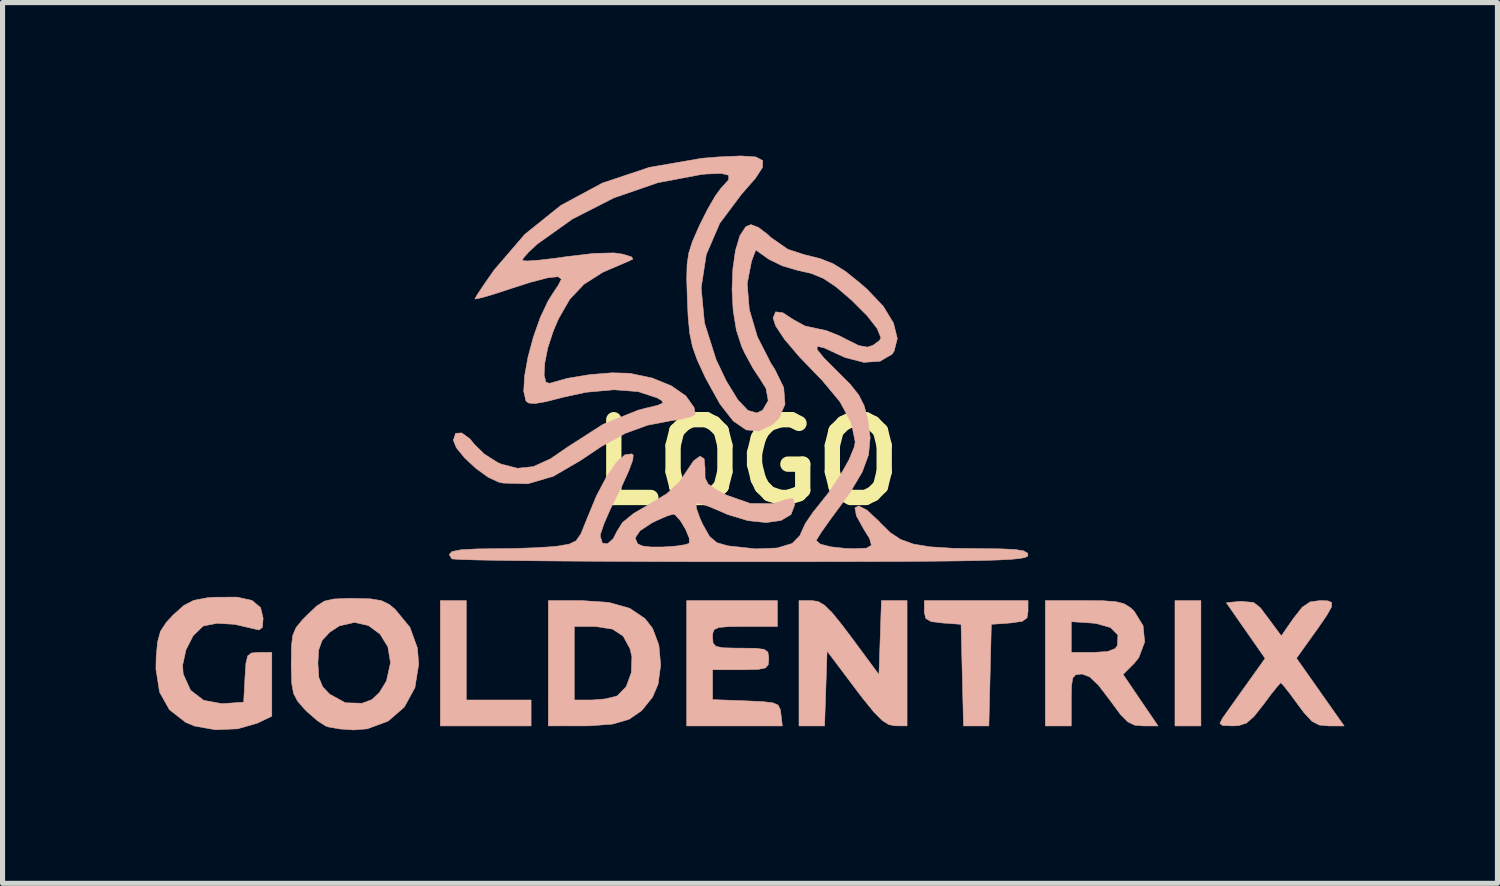
<source format=kicad_pcb>
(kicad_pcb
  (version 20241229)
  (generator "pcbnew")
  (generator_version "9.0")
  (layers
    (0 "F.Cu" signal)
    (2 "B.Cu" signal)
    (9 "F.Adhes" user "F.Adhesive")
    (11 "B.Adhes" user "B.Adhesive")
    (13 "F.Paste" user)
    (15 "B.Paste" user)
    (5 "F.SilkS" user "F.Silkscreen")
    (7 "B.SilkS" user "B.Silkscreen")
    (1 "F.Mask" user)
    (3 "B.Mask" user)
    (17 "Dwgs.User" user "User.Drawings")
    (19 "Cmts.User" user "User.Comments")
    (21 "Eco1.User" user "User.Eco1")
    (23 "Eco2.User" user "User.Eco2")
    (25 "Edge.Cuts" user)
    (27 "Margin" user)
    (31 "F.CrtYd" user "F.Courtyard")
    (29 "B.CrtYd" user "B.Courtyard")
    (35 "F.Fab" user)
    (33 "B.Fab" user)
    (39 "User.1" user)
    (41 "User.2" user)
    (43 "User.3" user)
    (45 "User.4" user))
  (footprint "LOGO"
    (layer "F.Cu")
    (at 11.588 6.007)
    (property "Reference" "LOGO" (at 0 0 0) (layer "F.SilkS") (effects (font (size 1.524 1.524) (thickness 0.3))))
    (attr through_hole)
    (fp_poly (pts (xy 8.89 5.165) (xy 8.382 5.165) (xy 8.382 2.709) (xy 8.89 2.709) (xy 8.89 5.165)) (stroke (width 0.01) (type solid)) (fill yes) (layer "B.SilkS"))
    (fp_poly (pts (xy -5.503 4.657) (xy -4.233 4.657) (xy -4.233 5.165) (xy -6.011 5.165) (xy -6.011 2.709) (xy -5.503 2.709) (xy -5.503 4.657)) (stroke (width 0.01) (type solid)) (fill yes) (layer "B.SilkS"))
    (fp_poly (pts (xy 5.503 2.916) (xy 5.483 3.049) (xy 5.391 3.115) (xy 5.181 3.146) (xy 5.144 3.149) (xy 4.784 3.175) (xy 4.76 4.17) (xy 4.736 5.165) (xy 4.239 5.165) (xy 4.215 4.17) (xy 4.191 3.175) (xy 3.831 3.149) (xy 3.603 3.121) (xy 3.499 3.06) (xy 3.472 2.938) (xy 3.471 2.916) (xy 3.471 2.709) (xy 5.503 2.709) (xy 5.503 2.916)) (stroke (width 0.01) (type solid)) (fill yes) (layer "B.SilkS"))
    (fp_poly (pts (xy 1.388 2.727) (xy 1.512 2.798) (xy 1.662 2.944) (xy 1.861 3.19) (xy 2.046 3.435) (xy 2.582 4.16) (xy 2.607 3.435) (xy 2.631 2.709) (xy 3.133 2.709) (xy 3.133 5.165) (xy 2.9 5.163) (xy 2.776 5.14) (xy 2.645 5.057) (xy 2.482 4.892) (xy 2.262 4.621) (xy 2.117 4.43) (xy 1.566 3.698) (xy 1.517 5.165) (xy 1.016 5.165) (xy 1.016 2.709) (xy 1.262 2.709) (xy 1.388 2.727)) (stroke (width 0.01) (type solid)) (fill yes) (layer "B.SilkS"))
    (fp_poly (pts (xy -2.709 2.746) (xy -2.3 2.861) (xy -2.002 3.062) (xy -1.853 3.253) (xy -1.73 3.581) (xy -1.694 3.971) (xy -1.745 4.349) (xy -1.854 4.602) (xy -2.066 4.865) (xy -2.313 5.035) (xy -2.635 5.129) (xy -3.073 5.163) (xy -3.196 5.164) (xy -3.895 5.165) (xy -3.895 3.217) (xy -3.387 3.217) (xy -3.387 4.657) (xy -3.042 4.657) (xy -2.781 4.636) (xy -2.571 4.586) (xy -2.541 4.573) (xy -2.369 4.395) (xy -2.269 4.12) (xy -2.258 3.811) (xy -2.294 3.655) (xy -2.428 3.407) (xy -2.637 3.269) (xy -2.96 3.219) (xy -3.042 3.217) (xy -3.387 3.217) (xy -3.895 3.217) (xy -3.895 2.709) (xy -3.251 2.709) (xy -2.709 2.746)) (stroke (width 0.01) (type solid)) (fill yes) (layer "B.SilkS"))
    (fp_poly (pts (xy 0.593 3.217) (xy -0.042 3.217) (xy -0.365 3.22) (xy -0.555 3.236) (xy -0.646 3.277) (xy -0.675 3.355) (xy -0.677 3.429) (xy -0.668 3.543) (xy -0.613 3.606) (xy -0.476 3.634) (xy -0.217 3.641) (xy -0.127 3.641) (xy 0.169 3.644) (xy 0.334 3.665) (xy 0.406 3.718) (xy 0.423 3.818) (xy 0.423 3.852) (xy 0.414 3.966) (xy 0.359 4.029) (xy 0.222 4.057) (xy -0.037 4.064) (xy -0.127 4.064) (xy -0.677 4.064) (xy -0.677 4.65) (xy -0.021 4.674) (xy 0.309 4.689) (xy 0.506 4.713) (xy 0.607 4.758) (xy 0.648 4.84) (xy 0.662 4.932) (xy 0.689 5.165) (xy -1.185 5.165) (xy -1.185 2.709) (xy 0.593 2.709) (xy 0.593 3.217)) (stroke (width 0.01) (type solid)) (fill yes) (layer "B.SilkS"))
    (fp_poly (pts (xy 6.98 2.713) (xy 7.224 2.731) (xy 7.385 2.772) (xy 7.504 2.845) (xy 7.582 2.917) (xy 7.757 3.201) (xy 7.788 3.521) (xy 7.673 3.827) (xy 7.577 3.945) (xy 7.365 4.157) (xy 7.707 4.661) (xy 8.05 5.165) (xy 7.756 5.165) (xy 7.591 5.15) (xy 7.458 5.086) (xy 7.316 4.943) (xy 7.128 4.689) (xy 7.105 4.657) (xy 6.883 4.366) (xy 6.711 4.204) (xy 6.564 4.149) (xy 6.549 4.149) (xy 6.439 4.161) (xy 6.379 4.225) (xy 6.355 4.38) (xy 6.35 4.657) (xy 6.35 5.165) (xy 5.842 5.165) (xy 5.842 3.725) (xy 6.35 3.725) (xy 6.776 3.725) (xy 7.059 3.708) (xy 7.21 3.65) (xy 7.255 3.587) (xy 7.264 3.384) (xy 7.12 3.238) (xy 6.835 3.158) (xy 6.743 3.149) (xy 6.35 3.123) (xy 6.35 3.725) (xy 5.842 3.725) (xy 5.842 2.709) (xy 6.608 2.709) (xy 6.98 2.713)) (stroke (width 0.01) (type solid)) (fill yes) (layer "B.SilkS"))
    (fp_poly (pts (xy 11.38 2.715) (xy 11.453 2.748) (xy 11.448 2.834) (xy 11.358 2.996) (xy 11.177 3.259) (xy 11.06 3.422) (xy 10.762 3.839) (xy 11.229 4.502) (xy 11.696 5.165) (xy 11.393 5.165) (xy 11.21 5.148) (xy 11.066 5.074) (xy 10.913 4.91) (xy 10.787 4.741) (xy 10.624 4.52) (xy 10.503 4.367) (xy 10.456 4.318) (xy 10.396 4.381) (xy 10.266 4.543) (xy 10.118 4.741) (xy 9.929 4.981) (xy 9.782 5.109) (xy 9.628 5.159) (xy 9.507 5.165) (xy 9.315 5.157) (xy 9.261 5.115) (xy 9.315 5.012) (xy 9.324 4.999) (xy 9.431 4.848) (xy 9.6 4.61) (xy 9.794 4.338) (xy 10.148 3.842) (xy 9.388 2.752) (xy 9.664 2.724) (xy 9.921 2.746) (xy 10.056 2.851) (xy 10.197 3.04) (xy 10.319 3.204) (xy 10.465 3.402) (xy 10.705 3.056) (xy 10.876 2.839) (xy 11.029 2.736) (xy 11.223 2.709) (xy 11.233 2.709) (xy 11.38 2.715)) (stroke (width 0.01) (type solid)) (fill yes) (layer "B.SilkS"))
    (fp_poly (pts (xy -9.699 2.707) (xy -9.532 2.848) (xy -9.483 3.056) (xy -9.497 3.235) (xy -9.563 3.285) (xy -9.673 3.26) (xy -10.041 3.175) (xy -10.384 3.155) (xy -10.641 3.204) (xy -10.666 3.216) (xy -10.853 3.396) (xy -10.994 3.672) (xy -11.06 3.974) (xy -11.049 4.147) (xy -10.905 4.466) (xy -10.648 4.664) (xy -10.296 4.728) (xy -10.234 4.726) (xy -9.864 4.699) (xy -9.838 4.212) (xy -9.82 3.938) (xy -9.785 3.793) (xy -9.711 3.736) (xy -9.575 3.725) (xy -9.563 3.725) (xy -9.313 3.725) (xy -9.313 4.976) (xy -9.601 5.113) (xy -9.982 5.222) (xy -10.417 5.24) (xy -10.825 5.168) (xy -11.001 5.095) (xy -11.319 4.847) (xy -11.511 4.504) (xy -11.583 4.053) (xy -11.579 3.828) (xy -11.551 3.519) (xy -11.494 3.311) (xy -11.381 3.138) (xy -11.24 2.987) (xy -11.034 2.803) (xy -10.841 2.704) (xy -10.586 2.656) (xy -10.439 2.644) (xy -9.997 2.641) (xy -9.699 2.707)) (stroke (width 0.01) (type solid)) (fill yes) (layer "B.SilkS"))
    (fp_poly (pts (xy -7.381 2.675) (xy -7.167 2.71) (xy -7.012 2.785) (xy -6.899 2.879) (xy -6.606 3.234) (xy -6.461 3.636) (xy -6.435 3.954) (xy -6.509 4.415) (xy -6.716 4.795) (xy -7.034 5.071) (xy -7.442 5.222) (xy -7.705 5.244) (xy -7.979 5.225) (xy -8.205 5.185) (xy -8.255 5.168) (xy -8.419 5.063) (xy -8.621 4.887) (xy -8.678 4.829) (xy -8.81 4.676) (xy -8.887 4.529) (xy -8.922 4.334) (xy -8.932 4.039) (xy -8.932 3.937) (xy -8.41 3.937) (xy -8.392 4.214) (xy -8.318 4.397) (xy -8.18 4.543) (xy -7.871 4.712) (xy -7.542 4.721) (xy -7.353 4.65) (xy -7.205 4.511) (xy -7.073 4.296) (xy -7.064 4.274) (xy -6.987 3.926) (xy -7.039 3.616) (xy -7.193 3.365) (xy -7.421 3.198) (xy -7.696 3.137) (xy -7.991 3.206) (xy -8.18 3.331) (xy -8.328 3.491) (xy -8.395 3.679) (xy -8.41 3.937) (xy -8.932 3.937) (xy -8.932 3.933) (xy -8.928 3.606) (xy -8.903 3.394) (xy -8.839 3.241) (xy -8.717 3.092) (xy -8.613 2.986) (xy -8.435 2.817) (xy -8.284 2.721) (xy -8.103 2.679) (xy -7.831 2.667) (xy -7.71 2.667) (xy -7.381 2.675)) (stroke (width 0.01) (type solid)) (fill yes) (layer "B.SilkS"))
    (fp_poly (pts (xy 0.166 -5.983) (xy 0.305 -5.912) (xy 0.301 -5.777) (xy 0.163 -5.565) (xy -0.102 -5.262) (xy -0.11 -5.253) (xy -0.537 -4.682) (xy -0.801 -4.069) (xy -0.901 -3.418) (xy -0.836 -2.73) (xy -0.607 -2.008) (xy -0.408 -1.592) (xy -0.183 -1.224) (xy 0.014 -1.017) (xy 0.189 -0.966) (xy 0.302 -1.02) (xy 0.413 -1.208) (xy 0.369 -1.448) (xy 0.251 -1.636) (xy 0.113 -1.845) (xy -0.04 -2.126) (xy -0.105 -2.261) (xy -0.211 -2.588) (xy -0.274 -2.974) (xy -0.296 -3.386) (xy -0.28 -3.79) (xy -0.228 -4.152) (xy -0.142 -4.439) (xy -0.026 -4.616) (xy 0.075 -4.657) (xy 0.225 -4.599) (xy 0.413 -4.455) (xy 0.461 -4.407) (xy 0.799 -4.172) (xy 1.119 -4.068) (xy 1.433 -3.99) (xy 1.683 -3.891) (xy 1.924 -3.742) (xy 2.208 -3.514) (xy 2.344 -3.396) (xy 2.666 -3.058) (xy 2.868 -2.726) (xy 2.942 -2.423) (xy 2.878 -2.173) (xy 2.835 -2.115) (xy 2.603 -1.979) (xy 2.285 -1.958) (xy 1.918 -2.053) (xy 1.778 -2.117) (xy 1.508 -2.242) (xy 1.372 -2.274) (xy 1.371 -2.208) (xy 1.504 -2.044) (xy 1.751 -1.797) (xy 2.02 -1.528) (xy 2.189 -1.315) (xy 2.292 -1.109) (xy 2.36 -0.859) (xy 2.361 -0.857) (xy 2.41 -0.486) (xy 2.379 -0.149) (xy 2.253 0.194) (xy 2.021 0.583) (xy 1.818 0.865) (xy 1.614 1.142) (xy 1.455 1.367) (xy 1.366 1.508) (xy 1.355 1.535) (xy 1.433 1.603) (xy 1.639 1.656) (xy 1.933 1.688) (xy 2.095 1.692) (xy 2.339 1.682) (xy 2.435 1.626) (xy 2.399 1.494) (xy 2.286 1.312) (xy 2.14 1.048) (xy 2.112 0.893) (xy 2.186 0.854) (xy 2.345 0.936) (xy 2.573 1.147) (xy 2.613 1.191) (xy 2.802 1.377) (xy 3.006 1.511) (xy 3.255 1.602) (xy 3.582 1.656) (xy 4.017 1.684) (xy 4.551 1.691) (xy 4.973 1.696) (xy 5.253 1.709) (xy 5.417 1.736) (xy 5.491 1.778) (xy 5.503 1.82) (xy 5.488 1.846) (xy 5.434 1.868) (xy 5.329 1.886) (xy 5.163 1.902) (xy 4.924 1.914) (xy 4.599 1.924) (xy 4.178 1.932) (xy 3.648 1.938) (xy 2.999 1.943) (xy 2.219 1.945) (xy 1.295 1.947) (xy 0.217 1.947) (xy -0.113 1.947) (xy -1.073 1.947) (xy -1.983 1.944) (xy -2.828 1.94) (xy -3.596 1.935) (xy -4.271 1.929) (xy -4.839 1.922) (xy -5.287 1.914) (xy -5.6 1.905) (xy -5.764 1.895) (xy -5.786 1.891) (xy -5.837 1.807) (xy -5.784 1.749) (xy -5.608 1.714) (xy -5.293 1.697) (xy -4.965 1.693) (xy -4.547 1.688) (xy -4.147 1.674) (xy -3.825 1.654) (xy -3.702 1.641) (xy -3.485 1.603) (xy -3.352 1.538) (xy -3.258 1.404) (xy -3.158 1.157) (xy -3.14 1.111) (xy -2.952 0.658) (xy -2.756 0.285) (xy -2.566 0.01) (xy -2.397 -0.146) (xy -2.261 -0.165) (xy -2.232 -0.143) (xy -2.241 -0.046) (xy -2.317 0.163) (xy -2.446 0.447) (xy -2.524 0.601) (xy -2.683 0.924) (xy -2.805 1.204) (xy -2.871 1.4) (xy -2.879 1.446) (xy -2.836 1.584) (xy -2.735 1.596) (xy -2.621 1.494) (xy -2.616 1.484) (xy -2.195 1.484) (xy -2.145 1.597) (xy -2.053 1.639) (xy -1.883 1.66) (xy -1.64 1.659) (xy -1.389 1.641) (xy -1.196 1.611) (xy -1.133 1.584) (xy -1.135 1.484) (xy -1.205 1.315) (xy -1.309 1.142) (xy -1.411 1.03) (xy -1.445 1.016) (xy -1.568 1.052) (xy -1.775 1.142) (xy -1.866 1.187) (xy -2.099 1.341) (xy -2.195 1.484) (xy -2.616 1.484) (xy -2.556 1.363) (xy -2.445 1.183) (xy -2.227 1.004) (xy -1.935 0.834) (xy -1.576 0.616) (xy -1.337 0.397) (xy -1.211 0.212) (xy -1.051 -0.026) (xy -0.923 -0.12) (xy -0.843 -0.069) (xy -0.824 0.13) (xy -0.826 0.147) (xy -0.824 0.309) (xy -0.765 0.424) (xy -0.614 0.534) (xy -0.411 0.641) (xy 0.064 0.808) (xy 0.511 0.809) (xy 0.783 0.724) (xy 0.899 0.709) (xy 0.931 0.83) (xy 0.931 0.835) (xy 0.859 1.024) (xy 0.663 1.14) (xy 0.371 1.181) (xy 0.014 1.143) (xy -0.378 1.024) (xy -0.499 0.971) (xy -0.749 0.865) (xy -0.933 0.806) (xy -1.002 0.804) (xy -0.995 0.9) (xy -0.926 1.093) (xy -0.87 1.217) (xy -0.737 1.452) (xy -0.596 1.574) (xy -0.388 1.634) (xy -0.367 1.638) (xy 0.167 1.696) (xy 0.588 1.679) (xy 0.883 1.59) (xy 1.039 1.43) (xy 1.052 1.391) (xy 1.14 1.199) (xy 1.296 0.971) (xy 1.345 0.912) (xy 1.595 0.597) (xy 1.821 0.262) (xy 1.997 -0.052) (xy 2.1 -0.303) (xy 2.117 -0.4) (xy 2.04 -0.775) (xy 1.818 -1.187) (xy 1.465 -1.611) (xy 1.415 -1.661) (xy 1.024 -2.066) (xy 0.735 -2.406) (xy 0.56 -2.669) (xy 0.508 -2.827) (xy 0.557 -2.947) (xy 0.699 -2.93) (xy 0.908 -2.794) (xy 1.132 -2.671) (xy 1.345 -2.624) (xy 1.55 -2.581) (xy 1.814 -2.475) (xy 1.933 -2.413) (xy 2.186 -2.287) (xy 2.358 -2.257) (xy 2.462 -2.29) (xy 2.591 -2.384) (xy 2.622 -2.437) (xy 2.548 -2.619) (xy 2.352 -2.871) (xy 2.054 -3.169) (xy 2.032 -3.189) (xy 1.734 -3.443) (xy 1.494 -3.603) (xy 1.253 -3.701) (xy 0.977 -3.764) (xy 0.689 -3.849) (xy 0.43 -3.975) (xy 0.405 -3.992) (xy 0.169 -4.16) (xy 0.085 -3.937) (xy 0.001 -3.499) (xy 0.042 -2.994) (xy 0.2 -2.46) (xy 0.467 -1.936) (xy 0.54 -1.824) (xy 0.716 -1.465) (xy 0.742 -1.136) (xy 0.62 -0.858) (xy 0.494 -0.738) (xy 0.234 -0.613) (xy -0.019 -0.635) (xy -0.273 -0.81) (xy -0.533 -1.143) (xy -0.808 -1.639) (xy -0.834 -1.693) (xy -0.979 -2.008) (xy -1.071 -2.267) (xy -1.126 -2.53) (xy -1.157 -2.857) (xy -1.172 -3.19) (xy -1.184 -3.59) (xy -1.177 -3.875) (xy -1.144 -4.099) (xy -1.075 -4.317) (xy -0.96 -4.581) (xy -0.93 -4.648) (xy -0.776 -4.955) (xy -0.626 -5.215) (xy -0.508 -5.376) (xy -0.497 -5.386) (xy -0.362 -5.535) (xy -0.361 -5.624) (xy -0.504 -5.659) (xy -0.8 -5.648) (xy -0.894 -5.639) (xy -1.753 -5.477) (xy -2.614 -5.179) (xy -3.423 -4.766) (xy -4.106 -4.28) (xy -4.288 -4.113) (xy -4.392 -3.99) (xy -4.402 -3.951) (xy -4.305 -3.944) (xy -4.079 -3.96) (xy -3.762 -3.997) (xy -3.532 -4.03) (xy -2.995 -4.093) (xy -2.608 -4.102) (xy -2.432 -4.077) (xy -2.261 -4.022) (xy -2.239 -3.98) (xy -2.328 -3.938) (xy -2.828 -3.723) (xy -3.198 -3.487) (xy -3.474 -3.196) (xy -3.695 -2.813) (xy -3.803 -2.558) (xy -3.906 -2.241) (xy -3.965 -1.947) (xy -3.978 -1.71) (xy -3.942 -1.568) (xy -3.871 -1.547) (xy -3.521 -1.645) (xy -3.086 -1.717) (xy -2.648 -1.753) (xy -2.305 -1.744) (xy -1.863 -1.652) (xy -1.485 -1.498) (xy -1.201 -1.3) (xy -1.041 -1.076) (xy -1.016 -0.949) (xy -1.092 -0.897) (xy -1.29 -0.845) (xy -1.496 -0.814) (xy -1.953 -0.726) (xy -2.392 -0.565) (xy -2.859 -0.308) (xy -3.266 -0.035) (xy -3.796 0.274) (xy -4.297 0.421) (xy -4.779 0.408) (xy -4.866 0.389) (xy -5.074 0.293) (xy -5.311 0.121) (xy -5.534 -0.085) (xy -5.697 -0.285) (xy -5.757 -0.433) (xy -5.711 -0.568) (xy -5.592 -0.575) (xy -5.434 -0.461) (xy -5.341 -0.348) (xy -5.148 -0.16) (xy -4.887 0.005) (xy -4.817 0.036) (xy -4.5 0.117) (xy -4.19 0.085) (xy -3.852 -0.068) (xy -3.515 -0.3) (xy -2.825 -0.743) (xy -2.136 -1.021) (xy -1.99 -1.059) (xy -1.747 -1.118) (xy -1.649 -1.162) (xy -1.673 -1.209) (xy -1.768 -1.264) (xy -2.137 -1.385) (xy -2.613 -1.421) (xy -3.155 -1.372) (xy -3.594 -1.277) (xy -3.94 -1.188) (xy -4.159 -1.15) (xy -4.282 -1.161) (xy -4.334 -1.203) (xy -4.377 -1.39) (xy -4.361 -1.689) (xy -4.294 -2.058) (xy -4.188 -2.454) (xy -4.053 -2.836) (xy -3.899 -3.162) (xy -3.817 -3.292) (xy -3.7 -3.469) (xy -3.642 -3.582) (xy -3.641 -3.59) (xy -3.706 -3.636) (xy -3.907 -3.615) (xy -4.249 -3.525) (xy -4.636 -3.401) (xy -4.947 -3.299) (xy -5.187 -3.228) (xy -5.319 -3.199) (xy -5.334 -3.201) (xy -5.288 -3.283) (xy -5.167 -3.465) (xy -4.995 -3.713) (xy -4.955 -3.769) (xy -4.357 -4.465) (xy -3.65 -5.033) (xy -2.835 -5.471) (xy -1.914 -5.779) (xy -0.888 -5.956) (xy -0.574 -5.982) (xy -0.124 -6.002) (xy 0.166 -5.983)) (stroke (width 0.01) (type solid)) (fill yes) (layer "B.SilkS")))
  (gr_rect
    (start -3 -3)
    (end 26.288 14.256)
    (stroke (width 0.1) (type default))
    (fill no)
    (layer "Edge.Cuts")))
</source>
